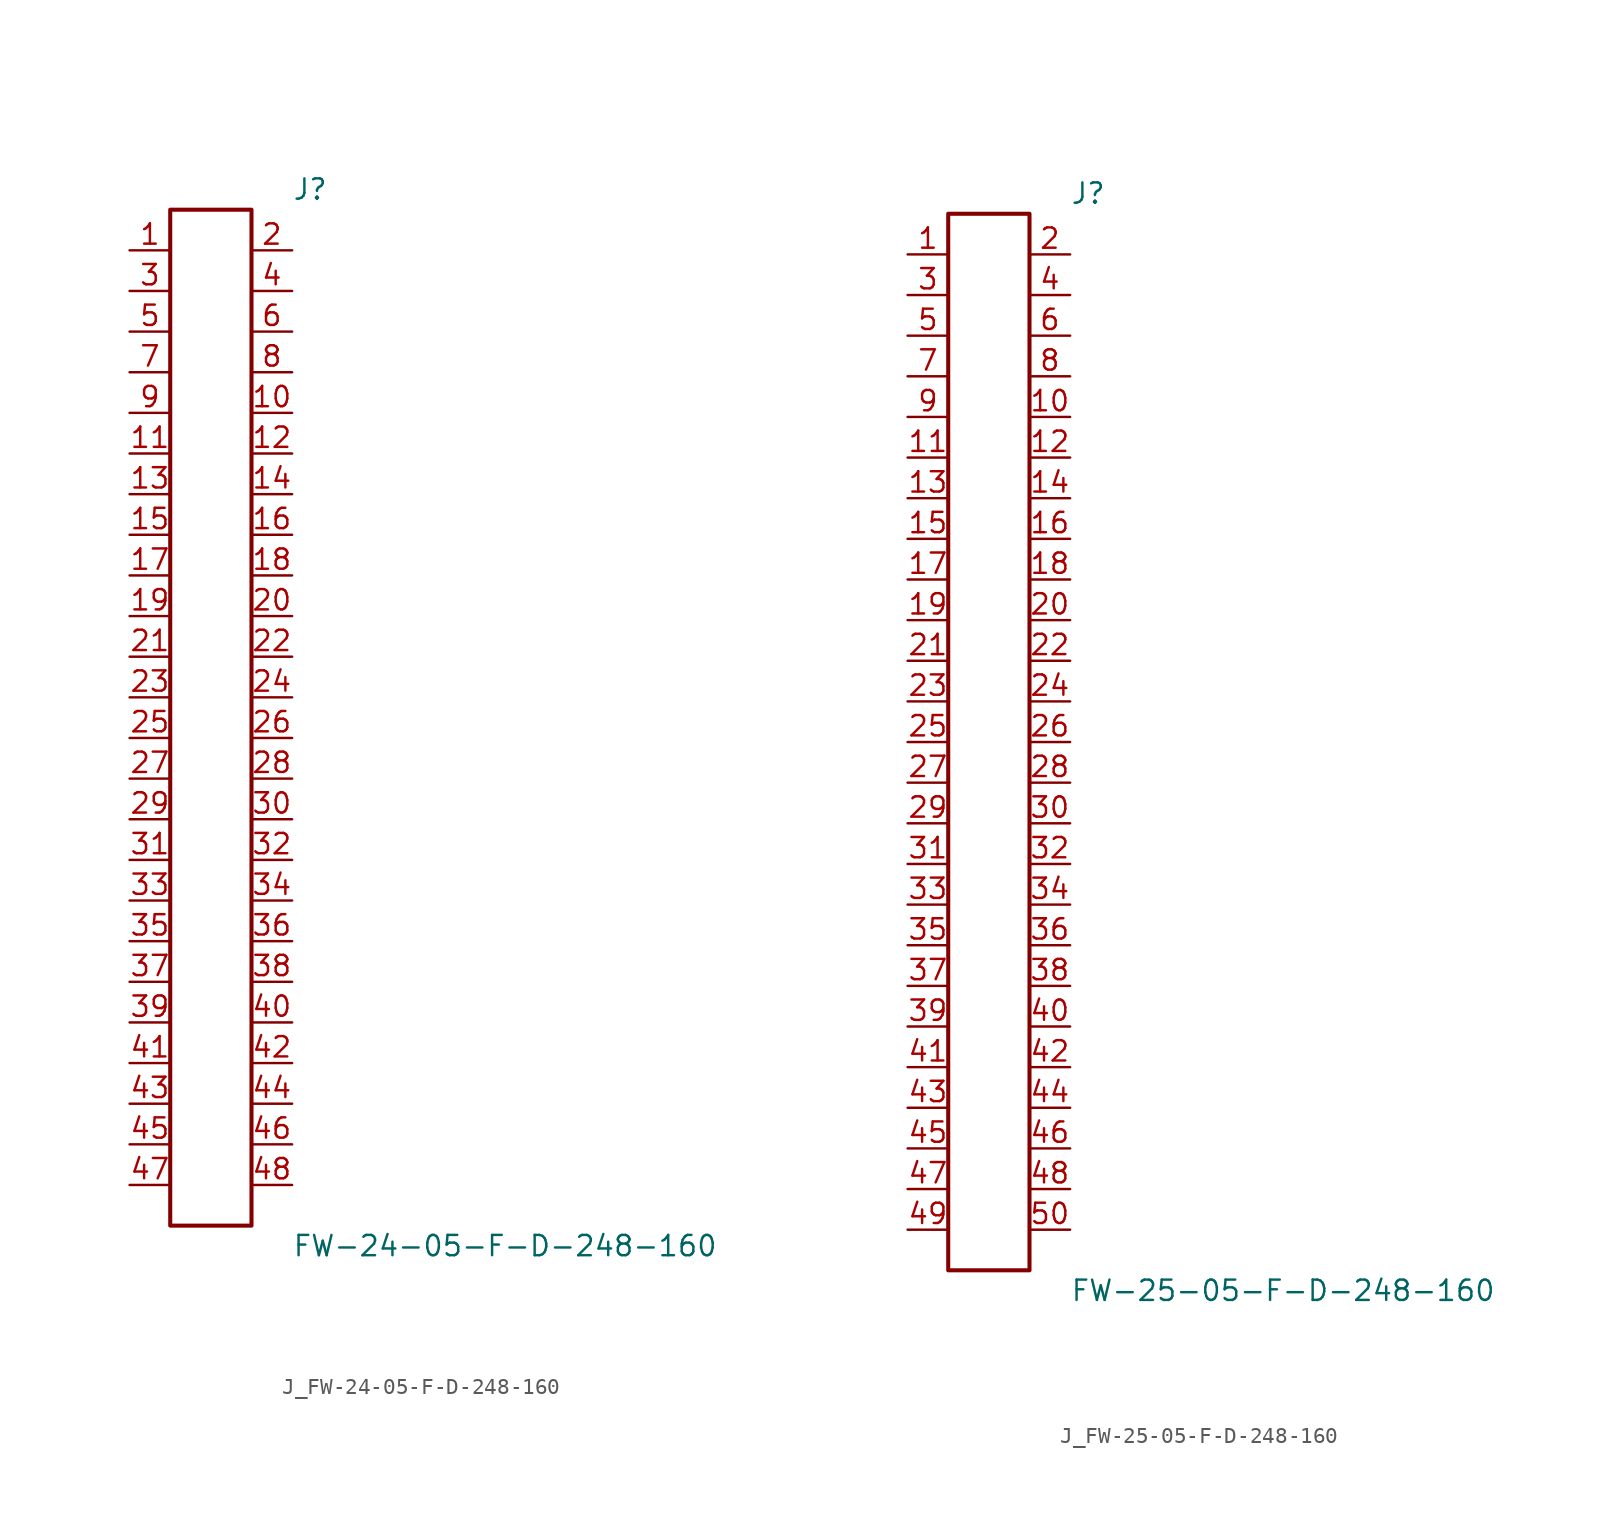
<source format=kicad_sym>
(kicad_symbol_lib
  (version 20231120)
  (generator kicad_symbol_editor)
  (generator_version 8.0)
  (symbol "J_FW-24-05-F-D-248-160"
    (pin_names
      (offset 0.254))
    (property "Reference" "J"
      (at 5.08 33.02 0)
      (effects (font (size 1.27 1.27)) (justify left)))
    (property "Value" "FW-24-05-F-D-248-160"
      (at 5.08 -33.02 0)
      (effects (font (size 1.27 1.27)) (justify left)))
    (symbol "J_FW-24-05-F-D-248-160_0_0"
      (pin passive line (at -5.08 29.21 0) (length 2.54) (name "" (effects (font (size 1.27 1.27)))) (number "1" (effects (font (size 1.27 1.27)))))
      (pin passive line (at 5.08 29.21 180) (length 2.54) (name "" (effects (font (size 1.27 1.27)))) (number "2" (effects (font (size 1.27 1.27)))))
      (pin passive line (at -5.08 26.67 0) (length 2.54) (name "" (effects (font (size 1.27 1.27)))) (number "3" (effects (font (size 1.27 1.27)))))
      (pin passive line (at 5.08 26.67 180) (length 2.54) (name "" (effects (font (size 1.27 1.27)))) (number "4" (effects (font (size 1.27 1.27)))))
      (pin passive line (at -5.08 24.13 0) (length 2.54) (name "" (effects (font (size 1.27 1.27)))) (number "5" (effects (font (size 1.27 1.27)))))
      (pin passive line (at 5.08 24.13 180) (length 2.54) (name "" (effects (font (size 1.27 1.27)))) (number "6" (effects (font (size 1.27 1.27)))))
      (pin passive line (at -5.08 21.59 0) (length 2.54) (name "" (effects (font (size 1.27 1.27)))) (number "7" (effects (font (size 1.27 1.27)))))
      (pin passive line (at 5.08 21.59 180) (length 2.54) (name "" (effects (font (size 1.27 1.27)))) (number "8" (effects (font (size 1.27 1.27)))))
      (pin passive line (at -5.08 19.05 0) (length 2.54) (name "" (effects (font (size 1.27 1.27)))) (number "9" (effects (font (size 1.27 1.27)))))
      (pin passive line (at 5.08 19.05 180) (length 2.54) (name "" (effects (font (size 1.27 1.27)))) (number "10" (effects (font (size 1.27 1.27)))))
      (pin passive line (at -5.08 16.51 0) (length 2.54) (name "" (effects (font (size 1.27 1.27)))) (number "11" (effects (font (size 1.27 1.27)))))
      (pin passive line (at 5.08 16.51 180) (length 2.54) (name "" (effects (font (size 1.27 1.27)))) (number "12" (effects (font (size 1.27 1.27)))))
      (pin passive line (at -5.08 13.97 0) (length 2.54) (name "" (effects (font (size 1.27 1.27)))) (number "13" (effects (font (size 1.27 1.27)))))
      (pin passive line (at 5.08 13.97 180) (length 2.54) (name "" (effects (font (size 1.27 1.27)))) (number "14" (effects (font (size 1.27 1.27)))))
      (pin passive line (at -5.08 11.43 0) (length 2.54) (name "" (effects (font (size 1.27 1.27)))) (number "15" (effects (font (size 1.27 1.27)))))
      (pin passive line (at 5.08 11.43 180) (length 2.54) (name "" (effects (font (size 1.27 1.27)))) (number "16" (effects (font (size 1.27 1.27)))))
      (pin passive line (at -5.08 8.89 0) (length 2.54) (name "" (effects (font (size 1.27 1.27)))) (number "17" (effects (font (size 1.27 1.27)))))
      (pin passive line (at 5.08 8.89 180) (length 2.54) (name "" (effects (font (size 1.27 1.27)))) (number "18" (effects (font (size 1.27 1.27)))))
      (pin passive line (at -5.08 6.35 0) (length 2.54) (name "" (effects (font (size 1.27 1.27)))) (number "19" (effects (font (size 1.27 1.27)))))
      (pin passive line (at 5.08 6.35 180) (length 2.54) (name "" (effects (font (size 1.27 1.27)))) (number "20" (effects (font (size 1.27 1.27)))))
      (pin passive line (at -5.08 3.81 0) (length 2.54) (name "" (effects (font (size 1.27 1.27)))) (number "21" (effects (font (size 1.27 1.27)))))
      (pin passive line (at 5.08 3.81 180) (length 2.54) (name "" (effects (font (size 1.27 1.27)))) (number "22" (effects (font (size 1.27 1.27)))))
      (pin passive line (at -5.08 1.27 0) (length 2.54) (name "" (effects (font (size 1.27 1.27)))) (number "23" (effects (font (size 1.27 1.27)))))
      (pin passive line (at 5.08 1.27 180) (length 2.54) (name "" (effects (font (size 1.27 1.27)))) (number "24" (effects (font (size 1.27 1.27)))))
      (pin passive line (at -5.08 -1.27 0) (length 2.54) (name "" (effects (font (size 1.27 1.27)))) (number "25" (effects (font (size 1.27 1.27)))))
      (pin passive line (at 5.08 -1.27 180) (length 2.54) (name "" (effects (font (size 1.27 1.27)))) (number "26" (effects (font (size 1.27 1.27)))))
      (pin passive line (at -5.08 -3.81 0) (length 2.54) (name "" (effects (font (size 1.27 1.27)))) (number "27" (effects (font (size 1.27 1.27)))))
      (pin passive line (at 5.08 -3.81 180) (length 2.54) (name "" (effects (font (size 1.27 1.27)))) (number "28" (effects (font (size 1.27 1.27)))))
      (pin passive line (at -5.08 -6.35 0) (length 2.54) (name "" (effects (font (size 1.27 1.27)))) (number "29" (effects (font (size 1.27 1.27)))))
      (pin passive line (at 5.08 -6.35 180) (length 2.54) (name "" (effects (font (size 1.27 1.27)))) (number "30" (effects (font (size 1.27 1.27)))))
      (pin passive line (at -5.08 -8.89 0) (length 2.54) (name "" (effects (font (size 1.27 1.27)))) (number "31" (effects (font (size 1.27 1.27)))))
      (pin passive line (at 5.08 -8.89 180) (length 2.54) (name "" (effects (font (size 1.27 1.27)))) (number "32" (effects (font (size 1.27 1.27)))))
      (pin passive line (at -5.08 -11.43 0) (length 2.54) (name "" (effects (font (size 1.27 1.27)))) (number "33" (effects (font (size 1.27 1.27)))))
      (pin passive line (at 5.08 -11.43 180) (length 2.54) (name "" (effects (font (size 1.27 1.27)))) (number "34" (effects (font (size 1.27 1.27)))))
      (pin passive line (at -5.08 -13.97 0) (length 2.54) (name "" (effects (font (size 1.27 1.27)))) (number "35" (effects (font (size 1.27 1.27)))))
      (pin passive line (at 5.08 -13.97 180) (length 2.54) (name "" (effects (font (size 1.27 1.27)))) (number "36" (effects (font (size 1.27 1.27)))))
      (pin passive line (at -5.08 -16.51 0) (length 2.54) (name "" (effects (font (size 1.27 1.27)))) (number "37" (effects (font (size 1.27 1.27)))))
      (pin passive line (at 5.08 -16.51 180) (length 2.54) (name "" (effects (font (size 1.27 1.27)))) (number "38" (effects (font (size 1.27 1.27)))))
      (pin passive line (at -5.08 -19.05 0) (length 2.54) (name "" (effects (font (size 1.27 1.27)))) (number "39" (effects (font (size 1.27 1.27)))))
      (pin passive line (at 5.08 -19.05 180) (length 2.54) (name "" (effects (font (size 1.27 1.27)))) (number "40" (effects (font (size 1.27 1.27)))))
      (pin passive line (at -5.08 -21.59 0) (length 2.54) (name "" (effects (font (size 1.27 1.27)))) (number "41" (effects (font (size 1.27 1.27)))))
      (pin passive line (at 5.08 -21.59 180) (length 2.54) (name "" (effects (font (size 1.27 1.27)))) (number "42" (effects (font (size 1.27 1.27)))))
      (pin passive line (at -5.08 -24.13 0) (length 2.54) (name "" (effects (font (size 1.27 1.27)))) (number "43" (effects (font (size 1.27 1.27)))))
      (pin passive line (at 5.08 -24.13 180) (length 2.54) (name "" (effects (font (size 1.27 1.27)))) (number "44" (effects (font (size 1.27 1.27)))))
      (pin passive line (at -5.08 -26.67 0) (length 2.54) (name "" (effects (font (size 1.27 1.27)))) (number "45" (effects (font (size 1.27 1.27)))))
      (pin passive line (at 5.08 -26.67 180) (length 2.54) (name "" (effects (font (size 1.27 1.27)))) (number "46" (effects (font (size 1.27 1.27)))))
      (pin passive line (at -5.08 -29.21 0) (length 2.54) (name "" (effects (font (size 1.27 1.27)))) (number "47" (effects (font (size 1.27 1.27)))))
      (pin passive line (at 5.08 -29.21 180) (length 2.54) (name "" (effects (font (size 1.27 1.27)))) (number "48" (effects (font (size 1.27 1.27))))))
    (symbol "J_FW-24-05-F-D-248-160_1_0"
      (rectangle (start -2.54 31.75) (end 2.54 -31.75) (stroke (width 0.254) (type solid)) (fill (type none)))))
  (symbol "J_FW-25-05-F-D-248-160"
    (pin_names
      (offset 0.254))
    (property "Reference" "J"
      (at 5.08 34.29 0)
      (effects (font (size 1.27 1.27)) (justify left)))
    (property "Value" "FW-25-05-F-D-248-160"
      (at 5.08 -34.29 0)
      (effects (font (size 1.27 1.27)) (justify left)))
    (symbol "J_FW-25-05-F-D-248-160_0_0"
      (pin passive line (at -5.08 30.48 0) (length 2.54) (name "" (effects (font (size 1.27 1.27)))) (number "1" (effects (font (size 1.27 1.27)))))
      (pin passive line (at 5.08 30.48 180) (length 2.54) (name "" (effects (font (size 1.27 1.27)))) (number "2" (effects (font (size 1.27 1.27)))))
      (pin passive line (at -5.08 27.94 0) (length 2.54) (name "" (effects (font (size 1.27 1.27)))) (number "3" (effects (font (size 1.27 1.27)))))
      (pin passive line (at 5.08 27.94 180) (length 2.54) (name "" (effects (font (size 1.27 1.27)))) (number "4" (effects (font (size 1.27 1.27)))))
      (pin passive line (at -5.08 25.4 0) (length 2.54) (name "" (effects (font (size 1.27 1.27)))) (number "5" (effects (font (size 1.27 1.27)))))
      (pin passive line (at 5.08 25.4 180) (length 2.54) (name "" (effects (font (size 1.27 1.27)))) (number "6" (effects (font (size 1.27 1.27)))))
      (pin passive line (at -5.08 22.86 0) (length 2.54) (name "" (effects (font (size 1.27 1.27)))) (number "7" (effects (font (size 1.27 1.27)))))
      (pin passive line (at 5.08 22.86 180) (length 2.54) (name "" (effects (font (size 1.27 1.27)))) (number "8" (effects (font (size 1.27 1.27)))))
      (pin passive line (at -5.08 20.32 0) (length 2.54) (name "" (effects (font (size 1.27 1.27)))) (number "9" (effects (font (size 1.27 1.27)))))
      (pin passive line (at 5.08 20.32 180) (length 2.54) (name "" (effects (font (size 1.27 1.27)))) (number "10" (effects (font (size 1.27 1.27)))))
      (pin passive line (at -5.08 17.78 0) (length 2.54) (name "" (effects (font (size 1.27 1.27)))) (number "11" (effects (font (size 1.27 1.27)))))
      (pin passive line (at 5.08 17.78 180) (length 2.54) (name "" (effects (font (size 1.27 1.27)))) (number "12" (effects (font (size 1.27 1.27)))))
      (pin passive line (at -5.08 15.24 0) (length 2.54) (name "" (effects (font (size 1.27 1.27)))) (number "13" (effects (font (size 1.27 1.27)))))
      (pin passive line (at 5.08 15.24 180) (length 2.54) (name "" (effects (font (size 1.27 1.27)))) (number "14" (effects (font (size 1.27 1.27)))))
      (pin passive line (at -5.08 12.7 0) (length 2.54) (name "" (effects (font (size 1.27 1.27)))) (number "15" (effects (font (size 1.27 1.27)))))
      (pin passive line (at 5.08 12.7 180) (length 2.54) (name "" (effects (font (size 1.27 1.27)))) (number "16" (effects (font (size 1.27 1.27)))))
      (pin passive line (at -5.08 10.16 0) (length 2.54) (name "" (effects (font (size 1.27 1.27)))) (number "17" (effects (font (size 1.27 1.27)))))
      (pin passive line (at 5.08 10.16 180) (length 2.54) (name "" (effects (font (size 1.27 1.27)))) (number "18" (effects (font (size 1.27 1.27)))))
      (pin passive line (at -5.08 7.62 0) (length 2.54) (name "" (effects (font (size 1.27 1.27)))) (number "19" (effects (font (size 1.27 1.27)))))
      (pin passive line (at 5.08 7.62 180) (length 2.54) (name "" (effects (font (size 1.27 1.27)))) (number "20" (effects (font (size 1.27 1.27)))))
      (pin passive line (at -5.08 5.08 0) (length 2.54) (name "" (effects (font (size 1.27 1.27)))) (number "21" (effects (font (size 1.27 1.27)))))
      (pin passive line (at 5.08 5.08 180) (length 2.54) (name "" (effects (font (size 1.27 1.27)))) (number "22" (effects (font (size 1.27 1.27)))))
      (pin passive line (at -5.08 2.54 0) (length 2.54) (name "" (effects (font (size 1.27 1.27)))) (number "23" (effects (font (size 1.27 1.27)))))
      (pin passive line (at 5.08 2.54 180) (length 2.54) (name "" (effects (font (size 1.27 1.27)))) (number "24" (effects (font (size 1.27 1.27)))))
      (pin passive line (at -5.08 0.0 0) (length 2.54) (name "" (effects (font (size 1.27 1.27)))) (number "25" (effects (font (size 1.27 1.27)))))
      (pin passive line (at 5.08 0.0 180) (length 2.54) (name "" (effects (font (size 1.27 1.27)))) (number "26" (effects (font (size 1.27 1.27)))))
      (pin passive line (at -5.08 -2.54 0) (length 2.54) (name "" (effects (font (size 1.27 1.27)))) (number "27" (effects (font (size 1.27 1.27)))))
      (pin passive line (at 5.08 -2.54 180) (length 2.54) (name "" (effects (font (size 1.27 1.27)))) (number "28" (effects (font (size 1.27 1.27)))))
      (pin passive line (at -5.08 -5.08 0) (length 2.54) (name "" (effects (font (size 1.27 1.27)))) (number "29" (effects (font (size 1.27 1.27)))))
      (pin passive line (at 5.08 -5.08 180) (length 2.54) (name "" (effects (font (size 1.27 1.27)))) (number "30" (effects (font (size 1.27 1.27)))))
      (pin passive line (at -5.08 -7.62 0) (length 2.54) (name "" (effects (font (size 1.27 1.27)))) (number "31" (effects (font (size 1.27 1.27)))))
      (pin passive line (at 5.08 -7.62 180) (length 2.54) (name "" (effects (font (size 1.27 1.27)))) (number "32" (effects (font (size 1.27 1.27)))))
      (pin passive line (at -5.08 -10.16 0) (length 2.54) (name "" (effects (font (size 1.27 1.27)))) (number "33" (effects (font (size 1.27 1.27)))))
      (pin passive line (at 5.08 -10.16 180) (length 2.54) (name "" (effects (font (size 1.27 1.27)))) (number "34" (effects (font (size 1.27 1.27)))))
      (pin passive line (at -5.08 -12.7 0) (length 2.54) (name "" (effects (font (size 1.27 1.27)))) (number "35" (effects (font (size 1.27 1.27)))))
      (pin passive line (at 5.08 -12.7 180) (length 2.54) (name "" (effects (font (size 1.27 1.27)))) (number "36" (effects (font (size 1.27 1.27)))))
      (pin passive line (at -5.08 -15.24 0) (length 2.54) (name "" (effects (font (size 1.27 1.27)))) (number "37" (effects (font (size 1.27 1.27)))))
      (pin passive line (at 5.08 -15.24 180) (length 2.54) (name "" (effects (font (size 1.27 1.27)))) (number "38" (effects (font (size 1.27 1.27)))))
      (pin passive line (at -5.08 -17.78 0) (length 2.54) (name "" (effects (font (size 1.27 1.27)))) (number "39" (effects (font (size 1.27 1.27)))))
      (pin passive line (at 5.08 -17.78 180) (length 2.54) (name "" (effects (font (size 1.27 1.27)))) (number "40" (effects (font (size 1.27 1.27)))))
      (pin passive line (at -5.08 -20.32 0) (length 2.54) (name "" (effects (font (size 1.27 1.27)))) (number "41" (effects (font (size 1.27 1.27)))))
      (pin passive line (at 5.08 -20.32 180) (length 2.54) (name "" (effects (font (size 1.27 1.27)))) (number "42" (effects (font (size 1.27 1.27)))))
      (pin passive line (at -5.08 -22.86 0) (length 2.54) (name "" (effects (font (size 1.27 1.27)))) (number "43" (effects (font (size 1.27 1.27)))))
      (pin passive line (at 5.08 -22.86 180) (length 2.54) (name "" (effects (font (size 1.27 1.27)))) (number "44" (effects (font (size 1.27 1.27)))))
      (pin passive line (at -5.08 -25.4 0) (length 2.54) (name "" (effects (font (size 1.27 1.27)))) (number "45" (effects (font (size 1.27 1.27)))))
      (pin passive line (at 5.08 -25.4 180) (length 2.54) (name "" (effects (font (size 1.27 1.27)))) (number "46" (effects (font (size 1.27 1.27)))))
      (pin passive line (at -5.08 -27.94 0) (length 2.54) (name "" (effects (font (size 1.27 1.27)))) (number "47" (effects (font (size 1.27 1.27)))))
      (pin passive line (at 5.08 -27.94 180) (length 2.54) (name "" (effects (font (size 1.27 1.27)))) (number "48" (effects (font (size 1.27 1.27)))))
      (pin passive line (at -5.08 -30.48 0) (length 2.54) (name "" (effects (font (size 1.27 1.27)))) (number "49" (effects (font (size 1.27 1.27)))))
      (pin passive line (at 5.08 -30.48 180) (length 2.54) (name "" (effects (font (size 1.27 1.27)))) (number "50" (effects (font (size 1.27 1.27))))))
    (symbol "J_FW-25-05-F-D-248-160_1_0"
      (rectangle (start -2.54 33.02) (end 2.54 -33.02) (stroke (width 0.254) (type solid)) (fill (type none))))))
</source>
